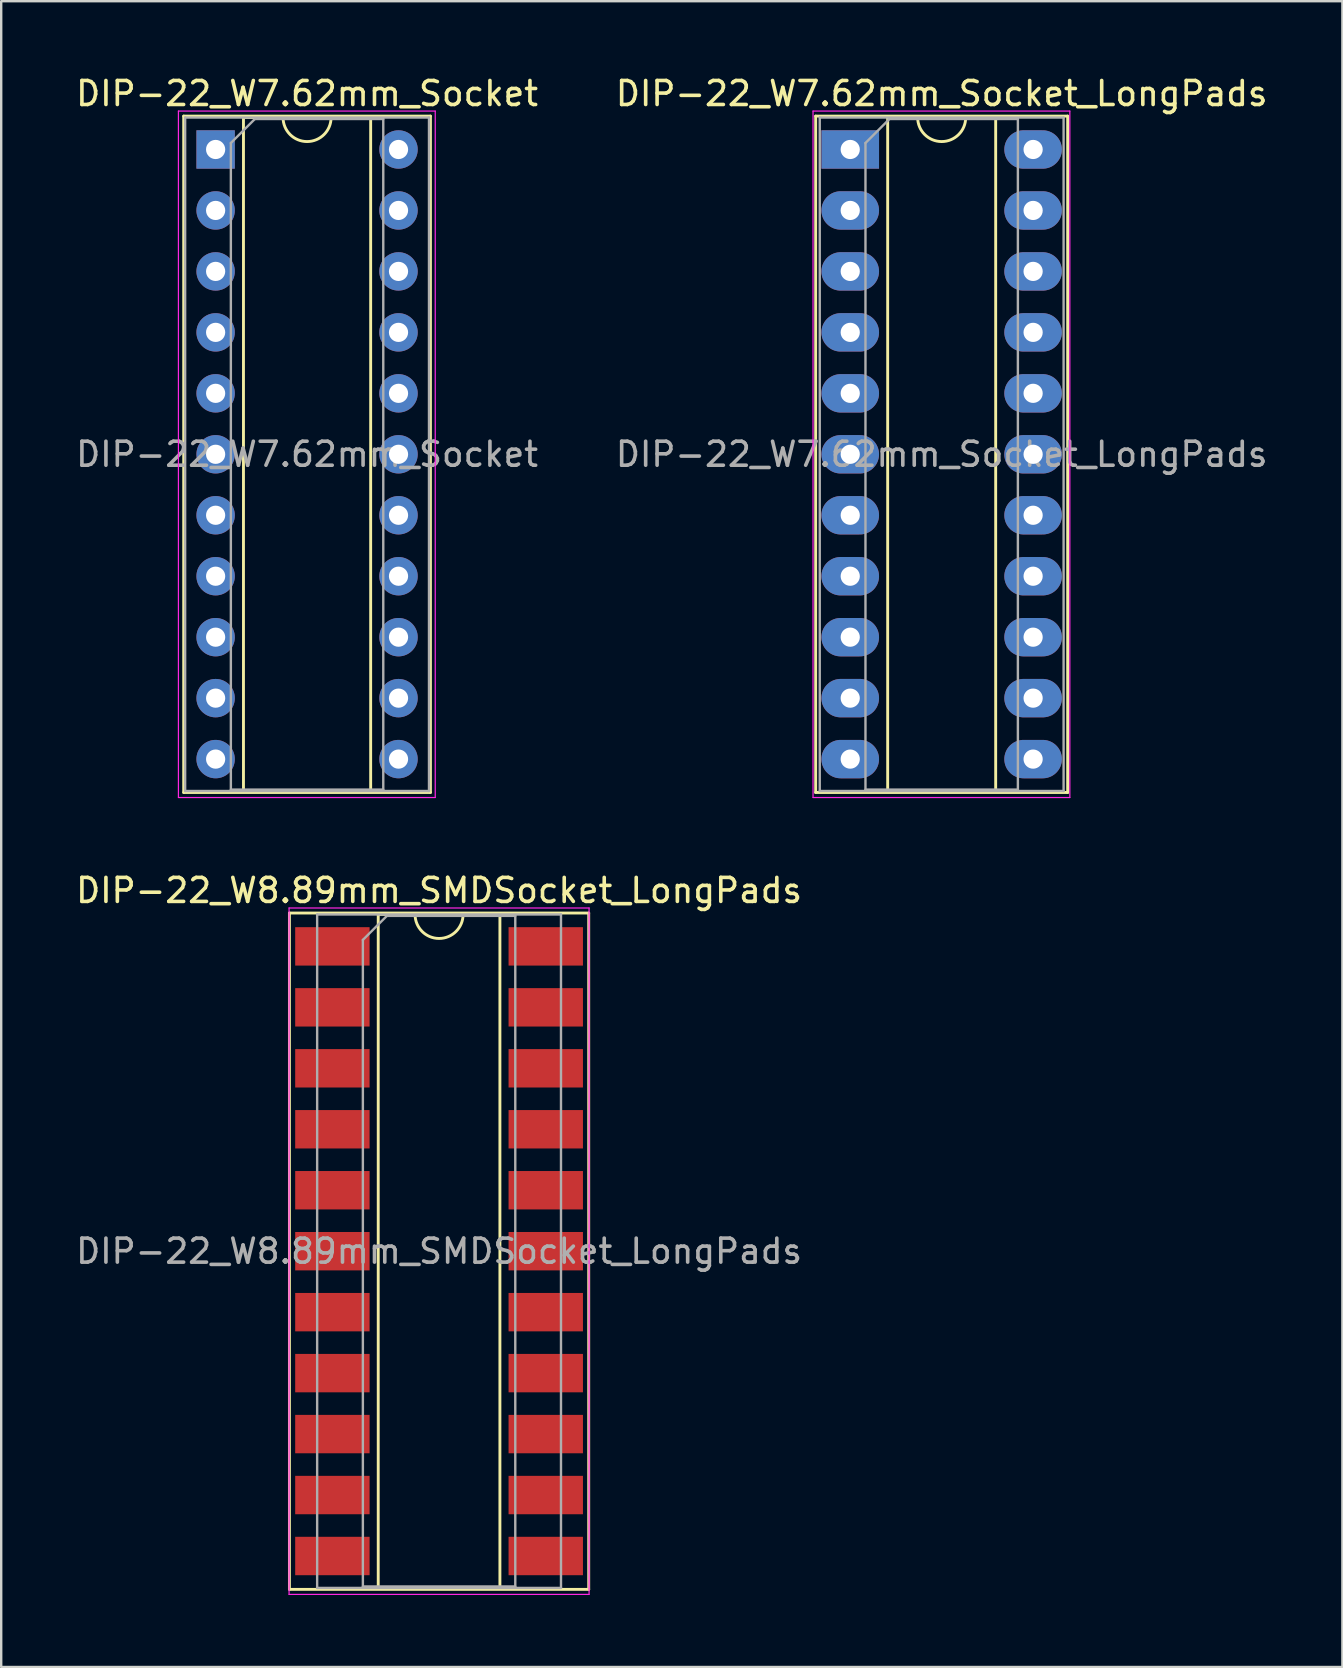
<source format=kicad_pcb>
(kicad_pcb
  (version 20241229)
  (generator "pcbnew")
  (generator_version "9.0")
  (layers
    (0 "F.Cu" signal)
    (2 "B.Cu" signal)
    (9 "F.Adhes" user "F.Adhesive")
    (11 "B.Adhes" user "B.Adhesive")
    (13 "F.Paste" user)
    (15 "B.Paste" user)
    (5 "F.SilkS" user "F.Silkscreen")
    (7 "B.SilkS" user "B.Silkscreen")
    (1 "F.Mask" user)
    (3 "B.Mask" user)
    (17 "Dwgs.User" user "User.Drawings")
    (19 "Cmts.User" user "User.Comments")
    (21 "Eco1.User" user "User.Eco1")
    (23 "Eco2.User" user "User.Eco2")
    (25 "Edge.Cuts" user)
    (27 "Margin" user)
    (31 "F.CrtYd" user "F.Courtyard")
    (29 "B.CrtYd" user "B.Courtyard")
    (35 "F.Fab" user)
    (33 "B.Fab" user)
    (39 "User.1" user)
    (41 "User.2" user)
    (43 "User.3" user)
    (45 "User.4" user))
  (footprint "DIP-22_W8.89mm_SMDSocket_LongPads"
    (layer "F.Cu")
    (at 15.244 49.081)
    (property "Reference" "DIP-22_W8.89mm_SMDSocket_LongPads" (at 0 -15.03 0) (layer "F.SilkS") (effects (font (size 1 1) (thickness 0.15))))
    (attr smd)
    (fp_line (start -6.235 -14.09) (end -6.235 14.09) (stroke (width 0.12) (type solid)) (layer "F.SilkS"))
    (fp_line (start -6.235 14.09) (end 6.235 14.09) (stroke (width 0.12) (type solid)) (layer "F.SilkS"))
    (fp_line (start -2.535 -14.03) (end -2.535 14.03) (stroke (width 0.12) (type solid)) (layer "F.SilkS"))
    (fp_line (start -2.535 14.03) (end 2.535 14.03) (stroke (width 0.12) (type solid)) (layer "F.SilkS"))
    (fp_line (start -1 -14.03) (end -2.535 -14.03) (stroke (width 0.12) (type solid)) (layer "F.SilkS"))
    (fp_line (start 2.535 -14.03) (end 1 -14.03) (stroke (width 0.12) (type solid)) (layer "F.SilkS"))
    (fp_line (start 2.535 14.03) (end 2.535 -14.03) (stroke (width 0.12) (type solid)) (layer "F.SilkS"))
    (fp_line (start 6.235 -14.09) (end -6.235 -14.09) (stroke (width 0.12) (type solid)) (layer "F.SilkS"))
    (fp_line (start 6.235 14.09) (end 6.235 -14.09) (stroke (width 0.12) (type solid)) (layer "F.SilkS"))
    (fp_arc (start 1 -14.03) (mid 0 -13.03) (end -1 -14.03) (stroke (width 0.12) (type solid)) (layer "F.SilkS"))
    (fp_line (start -6.25 -14.3) (end -6.25 14.3) (stroke (width 0.05) (type solid)) (layer "F.CrtYd"))
    (fp_line (start -6.25 14.3) (end 6.25 14.3) (stroke (width 0.05) (type solid)) (layer "F.CrtYd"))
    (fp_line (start 6.25 -14.3) (end -6.25 -14.3) (stroke (width 0.05) (type solid)) (layer "F.CrtYd"))
    (fp_line (start 6.25 14.3) (end 6.25 -14.3) (stroke (width 0.05) (type solid)) (layer "F.CrtYd"))
    (fp_line (start -5.08 -14.03) (end -5.08 14.03) (stroke (width 0.1) (type solid)) (layer "F.Fab"))
    (fp_line (start -5.08 14.03) (end 5.08 14.03) (stroke (width 0.1) (type solid)) (layer "F.Fab"))
    (fp_line (start -3.175 -12.97) (end -2.175 -13.97) (stroke (width 0.1) (type solid)) (layer "F.Fab"))
    (fp_line (start -3.175 13.97) (end -3.175 -12.97) (stroke (width 0.1) (type solid)) (layer "F.Fab"))
    (fp_line (start -2.175 -13.97) (end 3.175 -13.97) (stroke (width 0.1) (type solid)) (layer "F.Fab"))
    (fp_line (start 3.175 -13.97) (end 3.175 13.97) (stroke (width 0.1) (type solid)) (layer "F.Fab"))
    (fp_line (start 3.175 13.97) (end -3.175 13.97) (stroke (width 0.1) (type solid)) (layer "F.Fab"))
    (fp_line (start 5.08 -14.03) (end -5.08 -14.03) (stroke (width 0.1) (type solid)) (layer "F.Fab"))
    (fp_line (start 5.08 14.03) (end 5.08 -14.03) (stroke (width 0.1) (type solid)) (layer "F.Fab"))
    (fp_text user "${REFERENCE}" (at 0 0 0) (layer "F.Fab") (effects (font (size 1 1) (thickness 0.15))))
    (pad "1" smd rect (at -4.445 -12.7) (size 3.1 1.6) (layers "F.Cu" "F.Mask" "F.Paste"))
    (pad "2" smd rect (at -4.445 -10.16) (size 3.1 1.6) (layers "F.Cu" "F.Mask" "F.Paste"))
    (pad "3" smd rect (at -4.445 -7.62) (size 3.1 1.6) (layers "F.Cu" "F.Mask" "F.Paste"))
    (pad "4" smd rect (at -4.445 -5.08) (size 3.1 1.6) (layers "F.Cu" "F.Mask" "F.Paste"))
    (pad "5" smd rect (at -4.445 -2.54) (size 3.1 1.6) (layers "F.Cu" "F.Mask" "F.Paste"))
    (pad "6" smd rect (at -4.445 0) (size 3.1 1.6) (layers "F.Cu" "F.Mask" "F.Paste"))
    (pad "7" smd rect (at -4.445 2.54) (size 3.1 1.6) (layers "F.Cu" "F.Mask" "F.Paste"))
    (pad "8" smd rect (at -4.445 5.08) (size 3.1 1.6) (layers "F.Cu" "F.Mask" "F.Paste"))
    (pad "9" smd rect (at -4.445 7.62) (size 3.1 1.6) (layers "F.Cu" "F.Mask" "F.Paste"))
    (pad "10" smd rect (at -4.445 10.16) (size 3.1 1.6) (layers "F.Cu" "F.Mask" "F.Paste"))
    (pad "11" smd rect (at -4.445 12.7) (size 3.1 1.6) (layers "F.Cu" "F.Mask" "F.Paste"))
    (pad "12" smd rect (at 4.445 12.7) (size 3.1 1.6) (layers "F.Cu" "F.Mask" "F.Paste"))
    (pad "13" smd rect (at 4.445 10.16) (size 3.1 1.6) (layers "F.Cu" "F.Mask" "F.Paste"))
    (pad "14" smd rect (at 4.445 7.62) (size 3.1 1.6) (layers "F.Cu" "F.Mask" "F.Paste"))
    (pad "15" smd rect (at 4.445 5.08) (size 3.1 1.6) (layers "F.Cu" "F.Mask" "F.Paste"))
    (pad "16" smd rect (at 4.445 2.54) (size 3.1 1.6) (layers "F.Cu" "F.Mask" "F.Paste"))
    (pad "17" smd rect (at 4.445 0) (size 3.1 1.6) (layers "F.Cu" "F.Mask" "F.Paste"))
    (pad "18" smd rect (at 4.445 -2.54) (size 3.1 1.6) (layers "F.Cu" "F.Mask" "F.Paste"))
    (pad "19" smd rect (at 4.445 -5.08) (size 3.1 1.6) (layers "F.Cu" "F.Mask" "F.Paste"))
    (pad "20" smd rect (at 4.445 -7.62) (size 3.1 1.6) (layers "F.Cu" "F.Mask" "F.Paste"))
    (pad "21" smd rect (at 4.445 -10.16) (size 3.1 1.6) (layers "F.Cu" "F.Mask" "F.Paste"))
    (pad "22" smd rect (at 4.445 -12.7) (size 3.1 1.6) (layers "F.Cu" "F.Mask" "F.Paste")))
  (footprint "DIP-22_W7.62mm_Socket_LongPads"
    (layer "F.Cu")
    (at 32.375 3.178)
    (property "Reference" "DIP-22_W7.62mm_Socket_LongPads" (at 3.81 -2.33 0) (layer "F.SilkS") (effects (font (size 1 1) (thickness 0.15))))
    (attr through_hole)
    (fp_line (start -1.44 -1.39) (end -1.44 26.79) (stroke (width 0.12) (type solid)) (layer "F.SilkS"))
    (fp_line (start -1.44 26.79) (end 9.06 26.79) (stroke (width 0.12) (type solid)) (layer "F.SilkS"))
    (fp_line (start 1.56 -1.33) (end 1.56 26.73) (stroke (width 0.12) (type solid)) (layer "F.SilkS"))
    (fp_line (start 1.56 26.73) (end 6.06 26.73) (stroke (width 0.12) (type solid)) (layer "F.SilkS"))
    (fp_line (start 2.81 -1.33) (end 1.56 -1.33) (stroke (width 0.12) (type solid)) (layer "F.SilkS"))
    (fp_line (start 6.06 -1.33) (end 4.81 -1.33) (stroke (width 0.12) (type solid)) (layer "F.SilkS"))
    (fp_line (start 6.06 26.73) (end 6.06 -1.33) (stroke (width 0.12) (type solid)) (layer "F.SilkS"))
    (fp_line (start 9.06 -1.39) (end -1.44 -1.39) (stroke (width 0.12) (type solid)) (layer "F.SilkS"))
    (fp_line (start 9.06 26.79) (end 9.06 -1.39) (stroke (width 0.12) (type solid)) (layer "F.SilkS"))
    (fp_arc (start 4.81 -1.33) (mid 3.81 -0.33) (end 2.81 -1.33) (stroke (width 0.12) (type solid)) (layer "F.SilkS"))
    (fp_line (start -1.55 -1.6) (end -1.55 27) (stroke (width 0.05) (type solid)) (layer "F.CrtYd"))
    (fp_line (start -1.55 27) (end 9.15 27) (stroke (width 0.05) (type solid)) (layer "F.CrtYd"))
    (fp_line (start 9.15 -1.6) (end -1.55 -1.6) (stroke (width 0.05) (type solid)) (layer "F.CrtYd"))
    (fp_line (start 9.15 27) (end 9.15 -1.6) (stroke (width 0.05) (type solid)) (layer "F.CrtYd"))
    (fp_line (start -1.27 -1.33) (end -1.27 26.73) (stroke (width 0.1) (type solid)) (layer "F.Fab"))
    (fp_line (start -1.27 26.73) (end 8.89 26.73) (stroke (width 0.1) (type solid)) (layer "F.Fab"))
    (fp_line (start 0.635 -0.27) (end 1.635 -1.27) (stroke (width 0.1) (type solid)) (layer "F.Fab"))
    (fp_line (start 0.635 26.67) (end 0.635 -0.27) (stroke (width 0.1) (type solid)) (layer "F.Fab"))
    (fp_line (start 1.635 -1.27) (end 6.985 -1.27) (stroke (width 0.1) (type solid)) (layer "F.Fab"))
    (fp_line (start 6.985 -1.27) (end 6.985 26.67) (stroke (width 0.1) (type solid)) (layer "F.Fab"))
    (fp_line (start 6.985 26.67) (end 0.635 26.67) (stroke (width 0.1) (type solid)) (layer "F.Fab"))
    (fp_line (start 8.89 -1.33) (end -1.27 -1.33) (stroke (width 0.1) (type solid)) (layer "F.Fab"))
    (fp_line (start 8.89 26.73) (end 8.89 -1.33) (stroke (width 0.1) (type solid)) (layer "F.Fab"))
    (fp_text user "${REFERENCE}" (at 3.81 12.7 0) (layer "F.Fab") (effects (font (size 1 1) (thickness 0.15))))
    (pad "1" thru_hole rect (at 0 0) (size 2.4 1.6) (drill 0.8) (layers "*.Cu" "*.Mask"))
    (pad "2" thru_hole oval (at 0 2.54) (size 2.4 1.6) (drill 0.8) (layers "*.Cu" "*.Mask"))
    (pad "3" thru_hole oval (at 0 5.08) (size 2.4 1.6) (drill 0.8) (layers "*.Cu" "*.Mask"))
    (pad "4" thru_hole oval (at 0 7.62) (size 2.4 1.6) (drill 0.8) (layers "*.Cu" "*.Mask"))
    (pad "5" thru_hole oval (at 0 10.16) (size 2.4 1.6) (drill 0.8) (layers "*.Cu" "*.Mask"))
    (pad "6" thru_hole oval (at 0 12.7) (size 2.4 1.6) (drill 0.8) (layers "*.Cu" "*.Mask"))
    (pad "7" thru_hole oval (at 0 15.24) (size 2.4 1.6) (drill 0.8) (layers "*.Cu" "*.Mask"))
    (pad "8" thru_hole oval (at 0 17.78) (size 2.4 1.6) (drill 0.8) (layers "*.Cu" "*.Mask"))
    (pad "9" thru_hole oval (at 0 20.32) (size 2.4 1.6) (drill 0.8) (layers "*.Cu" "*.Mask"))
    (pad "10" thru_hole oval (at 0 22.86) (size 2.4 1.6) (drill 0.8) (layers "*.Cu" "*.Mask"))
    (pad "11" thru_hole oval (at 0 25.4) (size 2.4 1.6) (drill 0.8) (layers "*.Cu" "*.Mask"))
    (pad "12" thru_hole oval (at 7.62 25.4) (size 2.4 1.6) (drill 0.8) (layers "*.Cu" "*.Mask"))
    (pad "13" thru_hole oval (at 7.62 22.86) (size 2.4 1.6) (drill 0.8) (layers "*.Cu" "*.Mask"))
    (pad "14" thru_hole oval (at 7.62 20.32) (size 2.4 1.6) (drill 0.8) (layers "*.Cu" "*.Mask"))
    (pad "15" thru_hole oval (at 7.62 17.78) (size 2.4 1.6) (drill 0.8) (layers "*.Cu" "*.Mask"))
    (pad "16" thru_hole oval (at 7.62 15.24) (size 2.4 1.6) (drill 0.8) (layers "*.Cu" "*.Mask"))
    (pad "17" thru_hole oval (at 7.62 12.7) (size 2.4 1.6) (drill 0.8) (layers "*.Cu" "*.Mask"))
    (pad "18" thru_hole oval (at 7.62 10.16) (size 2.4 1.6) (drill 0.8) (layers "*.Cu" "*.Mask"))
    (pad "19" thru_hole oval (at 7.62 7.62) (size 2.4 1.6) (drill 0.8) (layers "*.Cu" "*.Mask"))
    (pad "20" thru_hole oval (at 7.62 5.08) (size 2.4 1.6) (drill 0.8) (layers "*.Cu" "*.Mask"))
    (pad "21" thru_hole oval (at 7.62 2.54) (size 2.4 1.6) (drill 0.8) (layers "*.Cu" "*.Mask"))
    (pad "22" thru_hole oval (at 7.62 0) (size 2.4 1.6) (drill 0.8) (layers "*.Cu" "*.Mask")))
  (footprint "DIP-22_W7.62mm_Socket"
    (layer "F.Cu")
    (at 5.934 3.178)
    (property "Reference" "DIP-22_W7.62mm_Socket" (at 3.81 -2.33 0) (layer "F.SilkS") (effects (font (size 1 1) (thickness 0.15))))
    (attr through_hole)
    (fp_line (start -1.33 -1.39) (end -1.33 26.79) (stroke (width 0.12) (type solid)) (layer "F.SilkS"))
    (fp_line (start -1.33 26.79) (end 8.95 26.79) (stroke (width 0.12) (type solid)) (layer "F.SilkS"))
    (fp_line (start 1.16 -1.33) (end 1.16 26.73) (stroke (width 0.12) (type solid)) (layer "F.SilkS"))
    (fp_line (start 1.16 26.73) (end 6.46 26.73) (stroke (width 0.12) (type solid)) (layer "F.SilkS"))
    (fp_line (start 2.81 -1.33) (end 1.16 -1.33) (stroke (width 0.12) (type solid)) (layer "F.SilkS"))
    (fp_line (start 6.46 -1.33) (end 4.81 -1.33) (stroke (width 0.12) (type solid)) (layer "F.SilkS"))
    (fp_line (start 6.46 26.73) (end 6.46 -1.33) (stroke (width 0.12) (type solid)) (layer "F.SilkS"))
    (fp_line (start 8.95 -1.39) (end -1.33 -1.39) (stroke (width 0.12) (type solid)) (layer "F.SilkS"))
    (fp_line (start 8.95 26.79) (end 8.95 -1.39) (stroke (width 0.12) (type solid)) (layer "F.SilkS"))
    (fp_arc (start 4.81 -1.33) (mid 3.81 -0.33) (end 2.81 -1.33) (stroke (width 0.12) (type solid)) (layer "F.SilkS"))
    (fp_line (start -1.55 -1.6) (end -1.55 27) (stroke (width 0.05) (type solid)) (layer "F.CrtYd"))
    (fp_line (start -1.55 27) (end 9.15 27) (stroke (width 0.05) (type solid)) (layer "F.CrtYd"))
    (fp_line (start 9.15 -1.6) (end -1.55 -1.6) (stroke (width 0.05) (type solid)) (layer "F.CrtYd"))
    (fp_line (start 9.15 27) (end 9.15 -1.6) (stroke (width 0.05) (type solid)) (layer "F.CrtYd"))
    (fp_line (start -1.27 -1.33) (end -1.27 26.73) (stroke (width 0.1) (type solid)) (layer "F.Fab"))
    (fp_line (start -1.27 26.73) (end 8.89 26.73) (stroke (width 0.1) (type solid)) (layer "F.Fab"))
    (fp_line (start 0.635 -0.27) (end 1.635 -1.27) (stroke (width 0.1) (type solid)) (layer "F.Fab"))
    (fp_line (start 0.635 26.67) (end 0.635 -0.27) (stroke (width 0.1) (type solid)) (layer "F.Fab"))
    (fp_line (start 1.635 -1.27) (end 6.985 -1.27) (stroke (width 0.1) (type solid)) (layer "F.Fab"))
    (fp_line (start 6.985 -1.27) (end 6.985 26.67) (stroke (width 0.1) (type solid)) (layer "F.Fab"))
    (fp_line (start 6.985 26.67) (end 0.635 26.67) (stroke (width 0.1) (type solid)) (layer "F.Fab"))
    (fp_line (start 8.89 -1.33) (end -1.27 -1.33) (stroke (width 0.1) (type solid)) (layer "F.Fab"))
    (fp_line (start 8.89 26.73) (end 8.89 -1.33) (stroke (width 0.1) (type solid)) (layer "F.Fab"))
    (fp_text user "${REFERENCE}" (at 3.81 12.7 0) (layer "F.Fab") (effects (font (size 1 1) (thickness 0.15))))
    (pad "1" thru_hole rect (at 0 0) (size 1.6 1.6) (drill 0.8) (layers "*.Cu" "*.Mask"))
    (pad "2" thru_hole oval (at 0 2.54) (size 1.6 1.6) (drill 0.8) (layers "*.Cu" "*.Mask"))
    (pad "3" thru_hole oval (at 0 5.08) (size 1.6 1.6) (drill 0.8) (layers "*.Cu" "*.Mask"))
    (pad "4" thru_hole oval (at 0 7.62) (size 1.6 1.6) (drill 0.8) (layers "*.Cu" "*.Mask"))
    (pad "5" thru_hole oval (at 0 10.16) (size 1.6 1.6) (drill 0.8) (layers "*.Cu" "*.Mask"))
    (pad "6" thru_hole oval (at 0 12.7) (size 1.6 1.6) (drill 0.8) (layers "*.Cu" "*.Mask"))
    (pad "7" thru_hole oval (at 0 15.24) (size 1.6 1.6) (drill 0.8) (layers "*.Cu" "*.Mask"))
    (pad "8" thru_hole oval (at 0 17.78) (size 1.6 1.6) (drill 0.8) (layers "*.Cu" "*.Mask"))
    (pad "9" thru_hole oval (at 0 20.32) (size 1.6 1.6) (drill 0.8) (layers "*.Cu" "*.Mask"))
    (pad "10" thru_hole oval (at 0 22.86) (size 1.6 1.6) (drill 0.8) (layers "*.Cu" "*.Mask"))
    (pad "11" thru_hole oval (at 0 25.4) (size 1.6 1.6) (drill 0.8) (layers "*.Cu" "*.Mask"))
    (pad "12" thru_hole oval (at 7.62 25.4) (size 1.6 1.6) (drill 0.8) (layers "*.Cu" "*.Mask"))
    (pad "13" thru_hole oval (at 7.62 22.86) (size 1.6 1.6) (drill 0.8) (layers "*.Cu" "*.Mask"))
    (pad "14" thru_hole oval (at 7.62 20.32) (size 1.6 1.6) (drill 0.8) (layers "*.Cu" "*.Mask"))
    (pad "15" thru_hole oval (at 7.62 17.78) (size 1.6 1.6) (drill 0.8) (layers "*.Cu" "*.Mask"))
    (pad "16" thru_hole oval (at 7.62 15.24) (size 1.6 1.6) (drill 0.8) (layers "*.Cu" "*.Mask"))
    (pad "17" thru_hole oval (at 7.62 12.7) (size 1.6 1.6) (drill 0.8) (layers "*.Cu" "*.Mask"))
    (pad "18" thru_hole oval (at 7.62 10.16) (size 1.6 1.6) (drill 0.8) (layers "*.Cu" "*.Mask"))
    (pad "19" thru_hole oval (at 7.62 7.62) (size 1.6 1.6) (drill 0.8) (layers "*.Cu" "*.Mask"))
    (pad "20" thru_hole oval (at 7.62 5.08) (size 1.6 1.6) (drill 0.8) (layers "*.Cu" "*.Mask"))
    (pad "21" thru_hole oval (at 7.62 2.54) (size 1.6 1.6) (drill 0.8) (layers "*.Cu" "*.Mask"))
    (pad "22" thru_hole oval (at 7.62 0) (size 1.6 1.6) (drill 0.8) (layers "*.Cu" "*.Mask")))
  (gr_rect
    (start -3 -3)
    (end 52.881 66.406)
    (stroke (width 0.1) (type default))
    (fill no)
    (layer "Edge.Cuts")))
</source>
